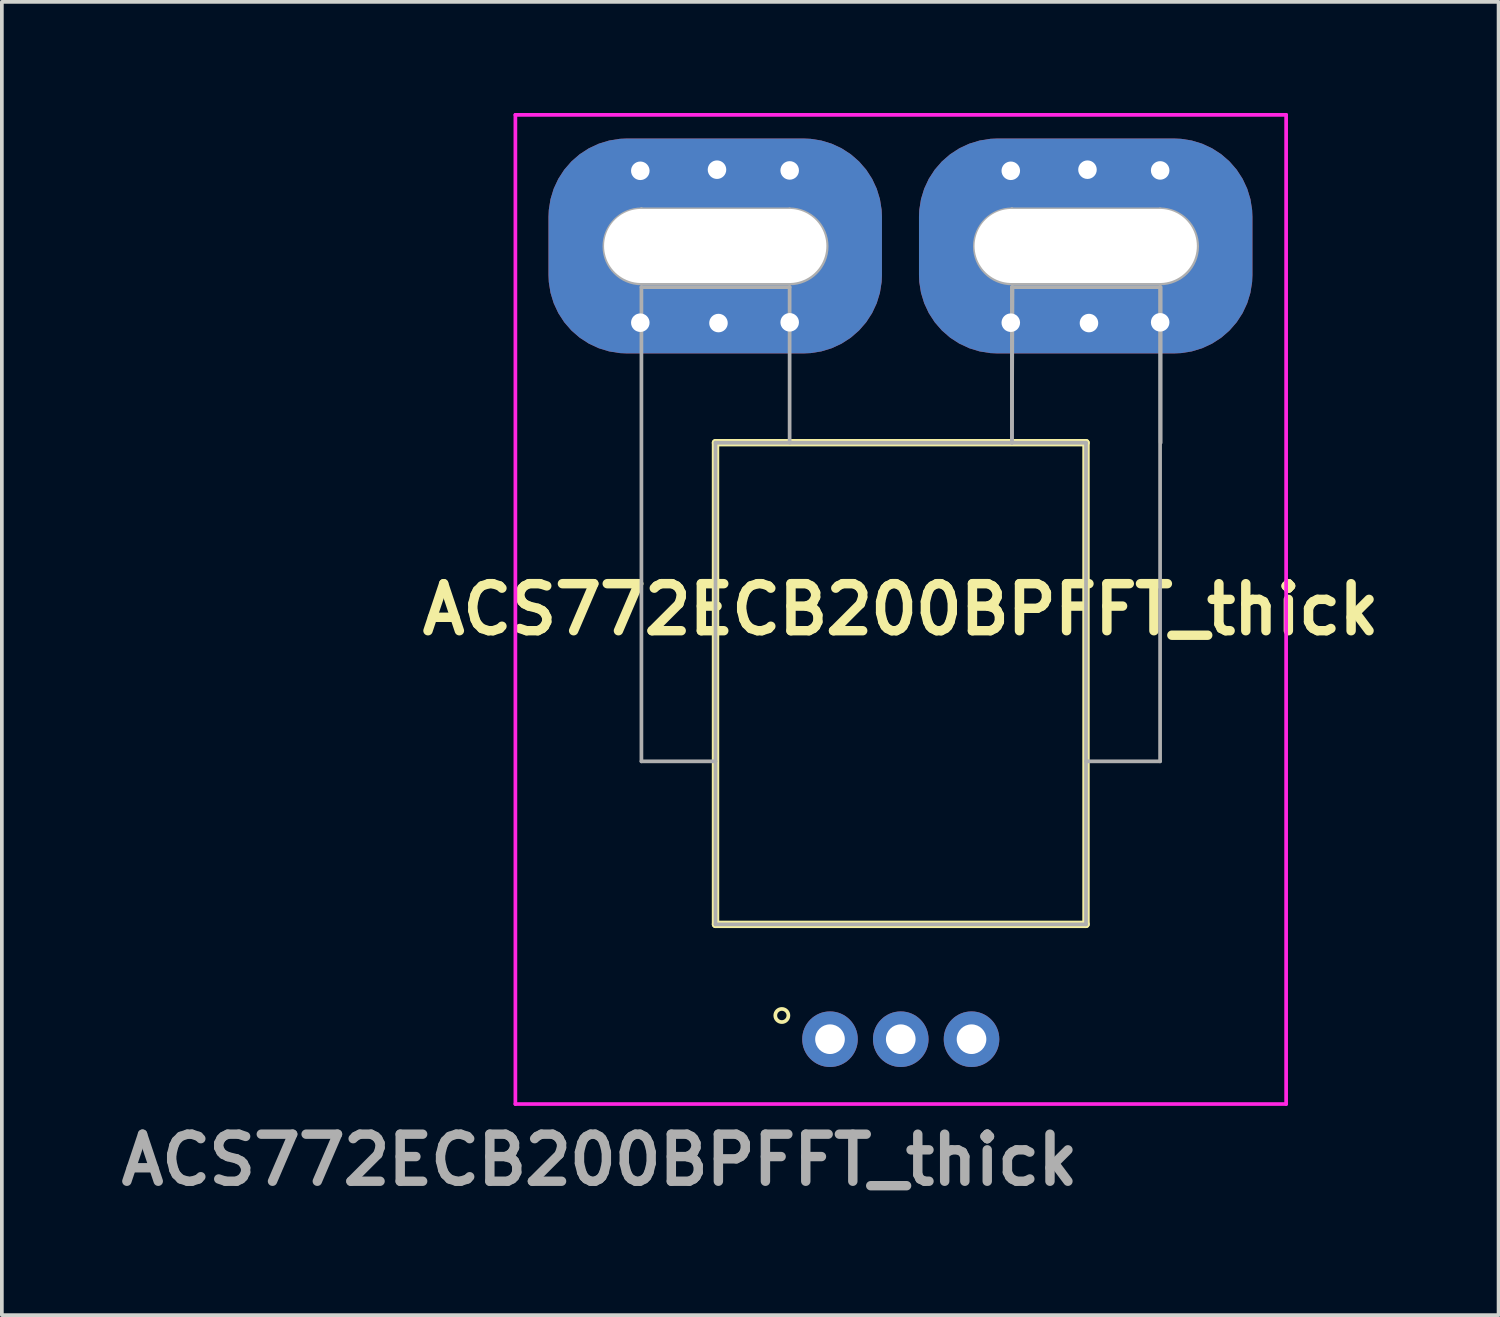
<source format=kicad_pcb>
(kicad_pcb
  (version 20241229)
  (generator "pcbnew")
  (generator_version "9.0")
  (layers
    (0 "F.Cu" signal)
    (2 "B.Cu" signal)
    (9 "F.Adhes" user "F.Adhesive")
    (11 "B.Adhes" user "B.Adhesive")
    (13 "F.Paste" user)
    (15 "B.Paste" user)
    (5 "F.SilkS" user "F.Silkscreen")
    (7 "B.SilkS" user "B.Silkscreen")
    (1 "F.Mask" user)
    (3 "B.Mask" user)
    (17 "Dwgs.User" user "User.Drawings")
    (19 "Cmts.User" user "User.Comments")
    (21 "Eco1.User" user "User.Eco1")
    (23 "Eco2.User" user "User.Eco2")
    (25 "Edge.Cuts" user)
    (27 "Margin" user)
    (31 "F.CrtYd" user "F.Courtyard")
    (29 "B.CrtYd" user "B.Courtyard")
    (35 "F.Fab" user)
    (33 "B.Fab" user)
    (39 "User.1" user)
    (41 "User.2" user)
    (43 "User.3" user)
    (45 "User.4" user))
  (footprint "ACS772ECB200BPFFT_thick"
    (layer "F.Cu")
    (at 19.353 25)
    (property "Reference" "ACS772ECB200BPFFT_thick" (at 1.91 -11.6 180) (layer "F.SilkS") (effects (font (size 1.27 1.27) (thickness 0.254))))
    (attr through_hole)
    (fp_line (start -3.09 -16.1) (end 6.91 -16.1) (stroke (width 0.2) (type solid)) (layer "F.SilkS"))
    (fp_line (start -3.09 -3.1) (end -3.09 -16.1) (stroke (width 0.2) (type solid)) (layer "F.SilkS"))
    (fp_line (start 6.91 -16.1) (end 6.91 -3.1) (stroke (width 0.2) (type solid)) (layer "F.SilkS"))
    (fp_line (start 6.91 -3.1) (end -3.09 -3.1) (stroke (width 0.2) (type solid)) (layer "F.SilkS"))
    (fp_circle (center -1.3 -0.64) (end -1.43 -0.52) (stroke (width 0.1) (type default)) (fill no) (layer "F.SilkS"))
    (fp_line (start -4.698 -21.881) (end -4.698 -21.586) (stroke (width 0.1) (type default)) (layer "Cmts.User"))
    (fp_line (start -4.698 -21.586) (end -4.096 -21.586) (stroke (width 0.1) (type default)) (layer "Cmts.User"))
    (fp_line (start -4.096 -21.586) (end -4.096 -21.333) (stroke (width 0.1) (type default)) (layer "Cmts.User"))
    (fp_line (start -4.096 -21.333) (end -4.694 -21.333) (stroke (width 0.1) (type default)) (layer "Cmts.User"))
    (fp_line (start -4.09 -21.88) (end -4.698 -21.881) (stroke (width 0.1) (type default)) (layer "Cmts.User"))
    (fp_line (start -3.914 -21.898) (end -3.914 -21.341) (stroke (width 0.1) (type default)) (layer "Cmts.User"))
    (fp_line (start -3.914 -21.341) (end -3.511 -21.341) (stroke (width 0.1) (type default)) (layer "Cmts.User"))
    (fp_line (start -3.37 -21.9) (end -3.009 -21.902) (stroke (width 0.1) (type default)) (layer "Cmts.User"))
    (fp_line (start -3.369 -21.353) (end -3.37 -21.9) (stroke (width 0.1) (type default)) (layer "Cmts.User"))
    (fp_line (start -3.009 -21.902) (end -3.009 -21.358) (stroke (width 0.1) (type default)) (layer "Cmts.User"))
    (fp_line (start -3.009 -21.358) (end -3.369 -21.353) (stroke (width 0.1) (type default)) (layer "Cmts.User"))
    (fp_line (start -2.8 -21.89) (end -2.29 -21.89) (stroke (width 0.1) (type default)) (layer "Cmts.User"))
    (fp_line (start -2.545 -21.89) (end -2.54 -21.33) (stroke (width 0.1) (type default)) (layer "Cmts.User"))
    (fp_line (start -2.29 -21.89) (end -2.545 -21.89) (stroke (width 0.1) (type default)) (layer "Cmts.User"))
    (fp_line (start 5.302 -21.881) (end 5.302 -21.586) (stroke (width 0.1) (type default)) (layer "Cmts.User"))
    (fp_line (start 5.302 -21.586) (end 5.904 -21.586) (stroke (width 0.1) (type default)) (layer "Cmts.User"))
    (fp_line (start 5.904 -21.586) (end 5.904 -21.333) (stroke (width 0.1) (type default)) (layer "Cmts.User"))
    (fp_line (start 5.904 -21.333) (end 5.306 -21.333) (stroke (width 0.1) (type default)) (layer "Cmts.User"))
    (fp_line (start 5.91 -21.88) (end 5.302 -21.881) (stroke (width 0.1) (type default)) (layer "Cmts.User"))
    (fp_line (start 6.086 -21.898) (end 6.086 -21.341) (stroke (width 0.1) (type default)) (layer "Cmts.User"))
    (fp_line (start 6.086 -21.341) (end 6.489 -21.341) (stroke (width 0.1) (type default)) (layer "Cmts.User"))
    (fp_line (start 6.63 -21.9) (end 6.991 -21.902) (stroke (width 0.1) (type default)) (layer "Cmts.User"))
    (fp_line (start 6.631 -21.353) (end 6.63 -21.9) (stroke (width 0.1) (type default)) (layer "Cmts.User"))
    (fp_line (start 6.991 -21.902) (end 6.991 -21.358) (stroke (width 0.1) (type default)) (layer "Cmts.User"))
    (fp_line (start 6.991 -21.358) (end 6.631 -21.353) (stroke (width 0.1) (type default)) (layer "Cmts.User"))
    (fp_line (start 7.2 -21.89) (end 7.71 -21.89) (stroke (width 0.1) (type default)) (layer "Cmts.User"))
    (fp_line (start 7.455 -21.89) (end 7.46 -21.33) (stroke (width 0.1) (type default)) (layer "Cmts.User"))
    (fp_line (start 7.71 -21.89) (end 7.455 -21.89) (stroke (width 0.1) (type default)) (layer "Cmts.User"))
    (fp_line (start -8.492 -24.95) (end 12.312 -24.95) (stroke (width 0.1) (type solid)) (layer "F.CrtYd"))
    (fp_line (start -8.492 1.75) (end -8.492 -24.95) (stroke (width 0.1) (type solid)) (layer "F.CrtYd"))
    (fp_line (start 12.312 -24.95) (end 12.312 1.75) (stroke (width 0.1) (type solid)) (layer "F.CrtYd"))
    (fp_line (start 12.312 1.75) (end -8.492 1.75) (stroke (width 0.1) (type solid)) (layer "F.CrtYd"))
    (fp_line (start -5.09 -22.4) (end -5.09 -22.4) (stroke (width 0.1) (type solid)) (layer "F.Fab"))
    (fp_line (start -5.09 -20.4) (end -1.09 -20.4) (stroke (width 0.1) (type solid)) (layer "F.Fab"))
    (fp_line (start -5.09 -20.3) (end -1.09 -20.3) (stroke (width 0.1) (type solid)) (layer "F.Fab"))
    (fp_line (start -5.09 -7.5) (end -5.09 -20.3) (stroke (width 0.1) (type solid)) (layer "F.Fab"))
    (fp_line (start -3.09 -16.1) (end 6.91 -16.1) (stroke (width 0.1) (type solid)) (layer "F.Fab"))
    (fp_line (start -3.09 -7.5) (end -5.09 -7.5) (stroke (width 0.1) (type solid)) (layer "F.Fab"))
    (fp_line (start -3.09 -3.1) (end -3.09 -16.1) (stroke (width 0.1) (type solid)) (layer "F.Fab"))
    (fp_line (start -1.09 -22.4) (end -5.09 -22.4) (stroke (width 0.1) (type solid)) (layer "F.Fab"))
    (fp_line (start -1.09 -20.4) (end -1.09 -20.4) (stroke (width 0.1) (type solid)) (layer "F.Fab"))
    (fp_line (start -1.09 -20.3) (end -1.09 -16.1) (stroke (width 0.1) (type solid)) (layer "F.Fab"))
    (fp_line (start 4.91 -22.4) (end 4.91 -22.4) (stroke (width 0.1) (type solid)) (layer "F.Fab"))
    (fp_line (start 4.91 -20.4) (end 8.91 -20.4) (stroke (width 0.1) (type solid)) (layer "F.Fab"))
    (fp_line (start 4.91 -20.3) (end 4.91 -16.1) (stroke (width 0.1) (type solid)) (layer "F.Fab"))
    (fp_line (start 4.91 -20.3) (end 8.91 -20.3) (stroke (width 0.1) (type solid)) (layer "F.Fab"))
    (fp_line (start 4.91 -16.1) (end 4.926 -20.3) (stroke (width 0.1) (type solid)) (layer "F.Fab"))
    (fp_line (start 6.91 -16.1) (end 6.91 -3.1) (stroke (width 0.1) (type solid)) (layer "F.Fab"))
    (fp_line (start 6.91 -7.5) (end 8.91 -7.5) (stroke (width 0.1) (type solid)) (layer "F.Fab"))
    (fp_line (start 6.91 -3.1) (end -3.09 -3.1) (stroke (width 0.1) (type solid)) (layer "F.Fab"))
    (fp_line (start 8.91 -22.4) (end 4.91 -22.4) (stroke (width 0.1) (type solid)) (layer "F.Fab"))
    (fp_line (start 8.91 -20.4) (end 8.91 -20.4) (stroke (width 0.1) (type solid)) (layer "F.Fab"))
    (fp_line (start 8.91 -7.5) (end 8.91 -20.3) (stroke (width 0.1) (type solid)) (layer "F.Fab"))
    (fp_line (start 8.926 -20.3) (end 8.926 -16.1) (stroke (width 0.1) (type solid)) (layer "F.Fab"))
    (fp_arc (start -5.09 -20.4) (mid -6.09 -21.4) (end -5.09 -22.4) (stroke (width 0.1) (type solid)) (layer "F.Fab"))
    (fp_arc (start -1.09 -22.4) (mid -0.09 -21.4) (end -1.09 -20.4) (stroke (width 0.1) (type solid)) (layer "F.Fab"))
    (fp_arc (start 4.91 -20.4) (mid 3.91 -21.4) (end 4.91 -22.4) (stroke (width 0.1) (type solid)) (layer "F.Fab"))
    (fp_arc (start 8.91 -22.4) (mid 9.91 -21.4) (end 8.91 -20.4) (stroke (width 0.1) (type solid)) (layer "F.Fab"))
    (fp_text user "${REFERENCE}" (at -6.218 3.259 180) (layer "F.Fab") (effects (font (size 1.27 1.27) (thickness 0.254))))
    (pad "1" thru_hole circle (at 0 0) (size 1.5 1.5) (drill 0.8) (layers "*.Cu" "*.Mask"))
    (pad "2" thru_hole circle (at 1.91 0) (size 1.5 1.5) (drill 0.8) (layers "*.Cu" "*.Mask"))
    (pad "3" thru_hole circle (at 3.82 0) (size 1.5 1.5) (drill 0.8) (layers "*.Cu" "*.Mask"))
    (pad "4" thru_hole circle (at -5.12 -23.44) (size 0.5 0.5) (drill 0.5) (layers "*.Cu" "*.Mask"))
    (pad "4" thru_hole circle (at -5.12 -19.34) (size 0.5 0.5) (drill 0.5) (layers "*.Cu" "*.Mask"))
    (pad "4" thru_hole roundrect (at -3.098 -21.411) (size 9 5.8) (drill oval 6 2) (layers "*.Cu" "*.Mask") (roundrect_rratio 0.364))
    (pad "4" thru_hole circle (at -3.05 -23.47) (size 0.5 0.5) (drill 0.5) (layers "*.Cu" "*.Mask"))
    (pad "4" thru_hole circle (at -3.01 -19.33) (size 0.5 0.5) (drill 0.5) (layers "*.Cu" "*.Mask"))
    (pad "4" thru_hole circle (at -1.088 -23.45) (size 0.5 0.5) (drill 0.5) (layers "*.Cu" "*.Mask"))
    (pad "4" thru_hole circle (at -1.088 -19.35) (size 0.5 0.5) (drill 0.5) (layers "*.Cu" "*.Mask"))
    (pad "5" thru_hole circle (at 4.88 -23.44) (size 0.5 0.5) (drill 0.5) (layers "*.Cu" "*.Mask"))
    (pad "5" thru_hole circle (at 4.88 -19.34) (size 0.5 0.5) (drill 0.5) (layers "*.Cu" "*.Mask"))
    (pad "5" thru_hole roundrect (at 6.902 -21.411) (size 9 5.8) (drill oval 6 2) (layers "*.Cu" "*.Mask") (roundrect_rratio 0.364))
    (pad "5" thru_hole circle (at 6.95 -23.47) (size 0.5 0.5) (drill 0.5) (layers "*.Cu" "*.Mask"))
    (pad "5" thru_hole circle (at 6.99 -19.33) (size 0.5 0.5) (drill 0.5) (layers "*.Cu" "*.Mask"))
    (pad "5" thru_hole circle (at 8.912 -23.45) (size 0.5 0.5) (drill 0.5) (layers "*.Cu" "*.Mask"))
    (pad "5" thru_hole circle (at 8.912 -19.35) (size 0.5 0.5) (drill 0.5) (layers "*.Cu" "*.Mask")))
  (gr_rect
    (start -3 -3)
    (end 37.399 32.448)
    (stroke (width 0.1) (type default))
    (fill no)
    (layer "Edge.Cuts")))
</source>
